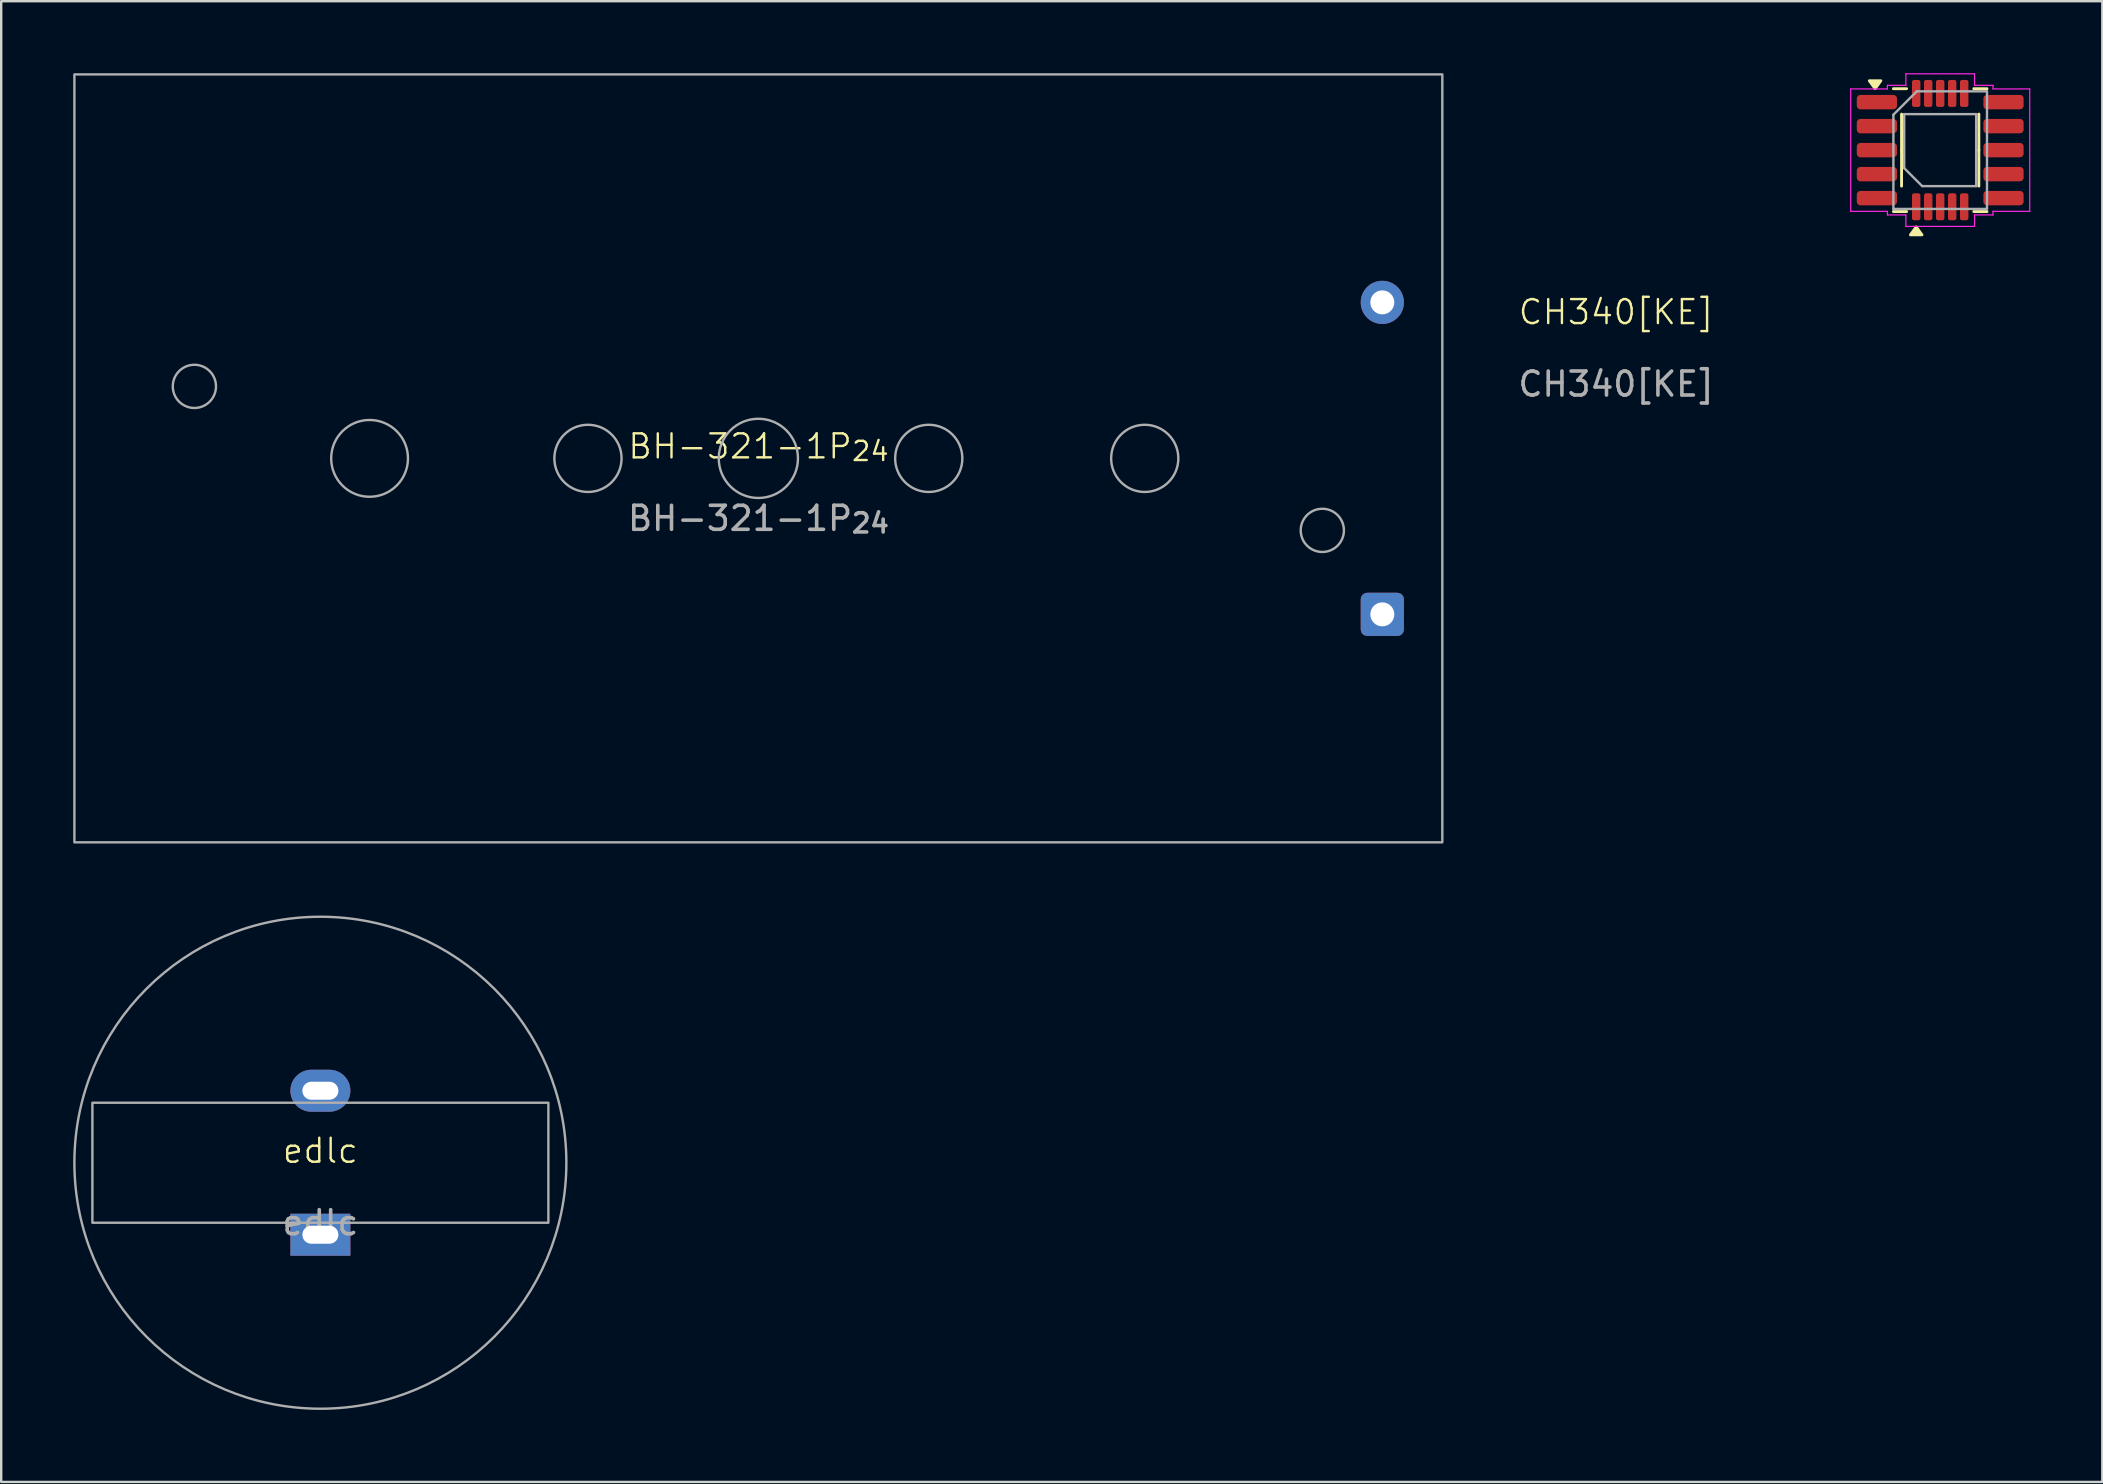
<source format=kicad_pcb>
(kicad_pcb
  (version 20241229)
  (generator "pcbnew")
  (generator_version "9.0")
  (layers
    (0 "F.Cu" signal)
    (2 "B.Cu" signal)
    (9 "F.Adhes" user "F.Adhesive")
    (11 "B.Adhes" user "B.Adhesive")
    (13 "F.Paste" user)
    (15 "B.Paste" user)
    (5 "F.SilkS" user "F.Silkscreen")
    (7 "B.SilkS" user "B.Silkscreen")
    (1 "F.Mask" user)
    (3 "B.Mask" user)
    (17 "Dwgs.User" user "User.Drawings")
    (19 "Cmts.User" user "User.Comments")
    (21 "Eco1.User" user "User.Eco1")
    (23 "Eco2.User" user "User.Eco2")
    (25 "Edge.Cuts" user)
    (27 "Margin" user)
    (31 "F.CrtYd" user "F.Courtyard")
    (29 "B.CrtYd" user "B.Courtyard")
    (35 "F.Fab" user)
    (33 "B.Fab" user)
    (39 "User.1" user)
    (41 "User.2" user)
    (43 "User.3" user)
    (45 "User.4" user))
  (footprint "BH-321-1P_{24}"
    (layer "F.Cu")
    (at 28.55 16.05)
    (property "Reference" "BH-321-1P_{24}" (at 0 -0.5 0) (unlocked yes) (layer "F.SilkS") (effects (font (size 1 1) (thickness 0.1))))
    (attr through_hole)
    (fp_rect (start -28.5 -16) (end 28.5 16) (stroke (width 0.1) (type solid)) (fill no) (layer "F.Fab"))
    (fp_circle (center -23.5 -3) (end -22.6 -3) (stroke (width 0.1) (type solid)) (fill no) (layer "F.Fab"))
    (fp_circle (center -16.2 0) (end -14.6 0) (stroke (width 0.1) (type solid)) (fill no) (layer "F.Fab"))
    (fp_circle (center -7.1 0) (end -5.7 0) (stroke (width 0.1) (type solid)) (fill no) (layer "F.Fab"))
    (fp_circle (center 0 0) (end 1.65 0) (stroke (width 0.1) (type solid)) (fill no) (layer "F.Fab"))
    (fp_circle (center 7.1 0) (end 8.5 0) (stroke (width 0.1) (type solid)) (fill no) (layer "F.Fab"))
    (fp_circle (center 16.1 0) (end 17.5 0) (stroke (width 0.1) (type solid)) (fill no) (layer "F.Fab"))
    (fp_circle (center 23.5 3) (end 24.4 3) (stroke (width 0.1) (type solid)) (fill no) (layer "F.Fab"))
    (fp_text user "${REFERENCE}" (at 0 2.5 0) (unlocked yes) (layer "F.Fab") (effects (font (size 1 1) (thickness 0.15))))
    (pad "1" thru_hole roundrect (at 26 6.5) (size 1.8 1.8) (drill 1) (layers "*.Cu" "*.Mask") (roundrect_rratio 0.15))
    (pad "2" thru_hole circle (at 26 -6.5) (size 1.8 1.8) (drill 1) (layers "*.Cu" "*.Mask")))
  (footprint "edlc"
    (layer "F.Cu")
    (at 10.3 45.4)
    (property "Reference" "edlc" (at 0 -0.5 0) (unlocked yes) (layer "F.SilkS") (effects (font (size 1 1) (thickness 0.1))))
    (attr through_hole)
    (fp_rect (start -9.5 -2.5) (end 9.5 2.5) (stroke (width 0.1) (type default)) (fill no) (layer "F.Fab"))
    (fp_circle (center 0 0) (end 10.25 0) (stroke (width 0.1) (type default)) (fill no) (layer "F.Fab"))
    (fp_text user "${REFERENCE}" (at 0 2.5 0) (unlocked yes) (layer "F.Fab") (effects (font (size 1 1) (thickness 0.15))))
    (pad "1" thru_hole oval (at 0 -3) (size 2.5 1.75) (drill oval 1.5 0.75) (layers "*.Cu" "*.Mask"))
    (pad "2" thru_hole rect (at 0 3) (size 2.5 1.75) (drill oval 1.5 0.75) (layers "*.Cu" "*.Mask")))
  (footprint "CH340[KE]"
    (layer "F.Cu")
    (at 77.796 3.205)
    (property "Reference" "CH340[KE]" (at -13.5 6.75 0) (unlocked yes) (layer "F.SilkS") (effects (font (size 1 1) (thickness 0.1))))
    (attr smd)
    (fp_line (start -1.61 -1.5) (end -1.61 0) (stroke (width 0.12) (type solid)) (layer "F.SilkS"))
    (fp_line (start -1.61 0) (end -1.61 1.5) (stroke (width 0.12) (type solid)) (layer "F.SilkS"))
    (fp_line (start -1.4 -2.56) (end -1.95 -2.56) (stroke (width 0.12) (type solid)) (layer "F.SilkS"))
    (fp_line (start -1.4 2.56) (end -1.95 2.56) (stroke (width 0.12) (type solid)) (layer "F.SilkS"))
    (fp_line (start 1.4 -2.56) (end 1.95 -2.56) (stroke (width 0.12) (type solid)) (layer "F.SilkS"))
    (fp_line (start 1.4 2.56) (end 1.95 2.56) (stroke (width 0.12) (type solid)) (layer "F.SilkS"))
    (fp_line (start 1.61 0) (end 1.61 -1.5) (stroke (width 0.12) (type solid)) (layer "F.SilkS"))
    (fp_line (start 1.61 0) (end 1.61 1.5) (stroke (width 0.12) (type solid)) (layer "F.SilkS"))
    (fp_poly (pts (xy -2.712 -2.56) (xy -2.953 -2.89) (xy -2.473 -2.89)) (stroke (width 0.12) (type solid)) (fill yes) (layer "F.SilkS"))
    (fp_poly (pts (xy -1 3.2) (xy -0.76 3.53) (xy -1.24 3.53)) (stroke (width 0.12) (type solid)) (fill yes) (layer "F.SilkS"))
    (fp_line (start -3.73 -2.55) (end -2.2 -2.55) (stroke (width 0.05) (type solid)) (layer "F.CrtYd"))
    (fp_line (start -3.73 2.55) (end -3.73 -2.55) (stroke (width 0.05) (type solid)) (layer "F.CrtYd"))
    (fp_line (start -2.2 -2.7) (end -1.43 -2.7) (stroke (width 0.05) (type solid)) (layer "F.CrtYd"))
    (fp_line (start -2.2 -2.55) (end -2.2 -2.7) (stroke (width 0.05) (type solid)) (layer "F.CrtYd"))
    (fp_line (start -2.2 2.55) (end -3.73 2.55) (stroke (width 0.05) (type solid)) (layer "F.CrtYd"))
    (fp_line (start -2.2 2.7) (end -2.2 2.55) (stroke (width 0.05) (type solid)) (layer "F.CrtYd"))
    (fp_line (start -1.43 -3.18) (end 1.43 -3.18) (stroke (width 0.05) (type solid)) (layer "F.CrtYd"))
    (fp_line (start -1.43 -2.7) (end -1.43 -3.18) (stroke (width 0.05) (type solid)) (layer "F.CrtYd"))
    (fp_line (start -1.43 2.7) (end -2.2 2.7) (stroke (width 0.05) (type solid)) (layer "F.CrtYd"))
    (fp_line (start -1.43 3.18) (end -1.43 2.7) (stroke (width 0.05) (type solid)) (layer "F.CrtYd"))
    (fp_line (start 1.43 -3.18) (end 1.43 -2.7) (stroke (width 0.05) (type solid)) (layer "F.CrtYd"))
    (fp_line (start 1.43 -2.7) (end 2.2 -2.7) (stroke (width 0.05) (type solid)) (layer "F.CrtYd"))
    (fp_line (start 1.43 2.7) (end 1.43 3.18) (stroke (width 0.05) (type solid)) (layer "F.CrtYd"))
    (fp_line (start 1.43 2.7) (end 2.2 2.7) (stroke (width 0.05) (type solid)) (layer "F.CrtYd"))
    (fp_line (start 1.43 3.18) (end -1.43 3.18) (stroke (width 0.05) (type solid)) (layer "F.CrtYd"))
    (fp_line (start 2.2 -2.7) (end 2.2 -2.55) (stroke (width 0.05) (type solid)) (layer "F.CrtYd"))
    (fp_line (start 2.2 -2.55) (end 3.73 -2.55) (stroke (width 0.05) (type solid)) (layer "F.CrtYd"))
    (fp_line (start 2.2 2.55) (end 2.2 2.7) (stroke (width 0.05) (type solid)) (layer "F.CrtYd"))
    (fp_line (start 3.73 -2.55) (end 3.73 2.55) (stroke (width 0.05) (type solid)) (layer "F.CrtYd"))
    (fp_line (start 3.73 2.55) (end 2.2 2.55) (stroke (width 0.05) (type solid)) (layer "F.CrtYd"))
    (fp_line (start -1.95 -1.475) (end -0.975 -2.45) (stroke (width 0.1) (type solid)) (layer "F.Fab"))
    (fp_line (start -1.95 2.45) (end -1.95 -1.475) (stroke (width 0.1) (type solid)) (layer "F.Fab"))
    (fp_line (start -1.5 -1.5) (end 1.5 -1.5) (stroke (width 0.1) (type solid)) (layer "F.Fab"))
    (fp_line (start -1.5 0.75) (end -1.5 -1.5) (stroke (width 0.1) (type solid)) (layer "F.Fab"))
    (fp_line (start -0.975 -2.45) (end 1.95 -2.45) (stroke (width 0.1) (type solid)) (layer "F.Fab"))
    (fp_line (start -0.75 1.5) (end -1.5 0.75) (stroke (width 0.1) (type solid)) (layer "F.Fab"))
    (fp_line (start 1.5 -1.5) (end 1.5 1.5) (stroke (width 0.1) (type solid)) (layer "F.Fab"))
    (fp_line (start 1.5 1.5) (end -0.75 1.5) (stroke (width 0.1) (type solid)) (layer "F.Fab"))
    (fp_line (start 1.95 -2.45) (end 1.95 2.45) (stroke (width 0.1) (type solid)) (layer "F.Fab"))
    (fp_line (start 1.95 2.45) (end -1.95 2.45) (stroke (width 0.1) (type solid)) (layer "F.Fab"))
    (fp_text user "${REFERENCE}" (at -13.5 9.75 0) (unlocked yes) (layer "F.Fab") (effects (font (size 1 1) (thickness 0.15))))
    (pad "1" smd roundrect (at -2.638 -2) (size 1.675 0.6) (layers "F.Cu" "F.Mask" "F.Paste") (roundrect_rratio 0.25))
    (pad "1" smd roundrect (at -1 2.362 90) (size 1.125 0.35) (layers "F.Cu" "F.Mask" "F.Paste") (roundrect_rratio 0.25))
    (pad "2" smd roundrect (at -2.638 -1) (size 1.675 0.6) (layers "F.Cu" "F.Mask" "F.Paste") (roundrect_rratio 0.25))
    (pad "2" smd roundrect (at -0.5 2.362 90) (size 1.125 0.35) (layers "F.Cu" "F.Mask" "F.Paste") (roundrect_rratio 0.25))
    (pad "3" smd roundrect (at -2.638 0) (size 1.675 0.6) (layers "F.Cu" "F.Mask" "F.Paste") (roundrect_rratio 0.25))
    (pad "3" smd roundrect (at 0 2.362 90) (size 1.125 0.35) (layers "F.Cu" "F.Mask" "F.Paste") (roundrect_rratio 0.25))
    (pad "5" smd roundrect (at -2.638 2) (size 1.675 0.6) (layers "F.Cu" "F.Mask" "F.Paste") (roundrect_rratio 0.25))
    (pad "5" smd roundrect (at 1 2.362 90) (size 1.125 0.35) (layers "F.Cu" "F.Mask" "F.Paste") (roundrect_rratio 0.25))
    (pad "7" smd roundrect (at 0.5 -2.362 90) (size 1.125 0.35) (layers "F.Cu" "F.Mask" "F.Paste") (roundrect_rratio 0.25))
    (pad "7" smd roundrect (at 2.638 1) (size 1.675 0.6) (layers "F.Cu" "F.Mask" "F.Paste") (roundrect_rratio 0.25))
    (pad "8" smd roundrect (at 0 -2.362 90) (size 1.125 0.35) (layers "F.Cu" "F.Mask" "F.Paste") (roundrect_rratio 0.25))
    (pad "8" smd roundrect (at 2.638 0) (size 1.675 0.6) (layers "F.Cu" "F.Mask" "F.Paste") (roundrect_rratio 0.25))
    (pad "9" smd roundrect (at -0.5 -2.362 90) (size 1.125 0.35) (layers "F.Cu" "F.Mask" "F.Paste") (roundrect_rratio 0.25))
    (pad "9" smd roundrect (at 2.638 -1) (size 1.675 0.6) (layers "F.Cu" "F.Mask" "F.Paste") (roundrect_rratio 0.25))
    (pad "10" smd roundrect (at -1 -2.362 90) (size 1.125 0.35) (layers "F.Cu" "F.Mask" "F.Paste") (roundrect_rratio 0.25))
    (pad "10" smd roundrect (at 2.638 -2) (size 1.675 0.6) (layers "F.Cu" "F.Mask" "F.Paste") (roundrect_rratio 0.25))
    (pad "DTR#" smd roundrect (at -2.638 1) (size 1.675 0.6) (layers "F.Cu" "F.Mask" "F.Paste") (roundrect_rratio 0.25))
    (pad "RTS#" smd roundrect (at 0.5 2.362 90) (size 1.125 0.35) (layers "F.Cu" "F.Mask" "F.Paste") (roundrect_rratio 0.25))
    (pad "RTS#" smd roundrect (at 2.638 2) (size 1.675 0.6) (layers "F.Cu" "F.Mask" "F.Paste") (roundrect_rratio 0.25))
    (pad "TNOW" smd roundrect (at 1 -2.362 90) (size 1.125 0.35) (layers "F.Cu" "F.Mask" "F.Paste") (roundrect_rratio 0.25)))
  (gr_rect
    (start -3 -3)
    (end 84.551 58.7)
    (stroke (width 0.1) (type default))
    (fill no)
    (layer "Edge.Cuts")))
</source>
